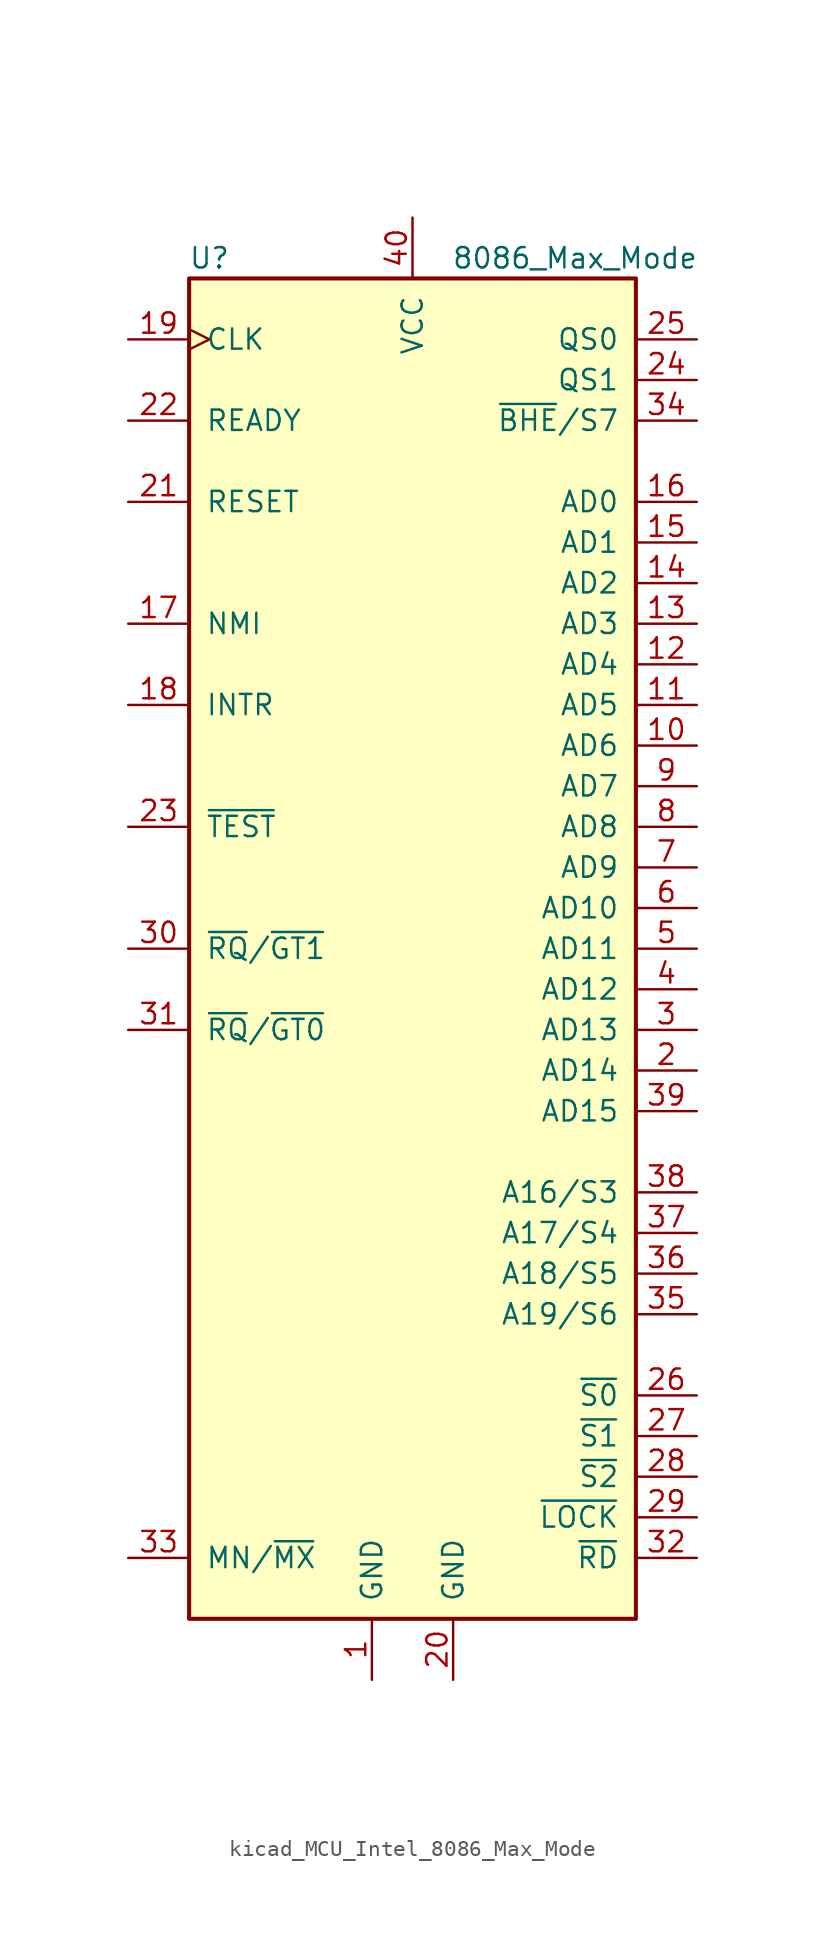
<source format=kicad_sym>
(kicad_symbol_lib
  (version 20220914)
  (generator kicad_symbol_editor)
  (symbol "kicad_MCU_Intel_8086_Max_Mode"
    (pin_names
      (offset 1.016))
    (property "Reference" "U"
      (at -12.7 43.18 0)
      (effects (font (size 1.27 1.27))))
    (property "Value" "8086_Max_Mode"
      (at 10.16 43.18 0)
      (effects (font (size 1.27 1.27))))
    (symbol "kicad_MCU_Intel_8086_Max_Mode_0_1"
      (rectangle (start 13.97 -41.91) (end -13.97 41.91) (stroke (width 0.254) (type default)) (fill (type background))))
    (symbol "kicad_MCU_Intel_8086_Max_Mode_1_1"
      (pin power_in line (at -2.54 -45.72 90) (length 3.81) (name "GND" (effects (font (size 1.27 1.27)))) (number "1" (effects (font (size 1.27 1.27)))))
      (pin bidirectional line (at 17.78 12.7 180) (length 3.81) (name "AD6" (effects (font (size 1.27 1.27)))) (number "10" (effects (font (size 1.27 1.27)))))
      (pin bidirectional line (at 17.78 15.24 180) (length 3.81) (name "AD5" (effects (font (size 1.27 1.27)))) (number "11" (effects (font (size 1.27 1.27)))))
      (pin bidirectional line (at 17.78 17.78 180) (length 3.81) (name "AD4" (effects (font (size 1.27 1.27)))) (number "12" (effects (font (size 1.27 1.27)))))
      (pin bidirectional line (at 17.78 20.32 180) (length 3.81) (name "AD3" (effects (font (size 1.27 1.27)))) (number "13" (effects (font (size 1.27 1.27)))))
      (pin bidirectional line (at 17.78 22.86 180) (length 3.81) (name "AD2" (effects (font (size 1.27 1.27)))) (number "14" (effects (font (size 1.27 1.27)))))
      (pin bidirectional line (at 17.78 25.4 180) (length 3.81) (name "AD1" (effects (font (size 1.27 1.27)))) (number "15" (effects (font (size 1.27 1.27)))))
      (pin bidirectional line (at 17.78 27.94 180) (length 3.81) (name "AD0" (effects (font (size 1.27 1.27)))) (number "16" (effects (font (size 1.27 1.27)))))
      (pin input line (at -17.78 20.32 0) (length 3.81) (name "NMI" (effects (font (size 1.27 1.27)))) (number "17" (effects (font (size 1.27 1.27)))))
      (pin input line (at -17.78 15.24 0) (length 3.81) (name "INTR" (effects (font (size 1.27 1.27)))) (number "18" (effects (font (size 1.27 1.27)))))
      (pin input clock (at -17.78 38.1 0) (length 3.81) (name "CLK" (effects (font (size 1.27 1.27)))) (number "19" (effects (font (size 1.27 1.27)))))
      (pin bidirectional line (at 17.78 -7.62 180) (length 3.81) (name "AD14" (effects (font (size 1.27 1.27)))) (number "2" (effects (font (size 1.27 1.27)))))
      (pin power_in line (at 2.54 -45.72 90) (length 3.81) (name "GND" (effects (font (size 1.27 1.27)))) (number "20" (effects (font (size 1.27 1.27)))))
      (pin input line (at -17.78 27.94 0) (length 3.81) (name "RESET" (effects (font (size 1.27 1.27)))) (number "21" (effects (font (size 1.27 1.27)))))
      (pin input line (at -17.78 33.02 0) (length 3.81) (name "READY" (effects (font (size 1.27 1.27)))) (number "22" (effects (font (size 1.27 1.27)))))
      (pin input line (at -17.78 7.62 0) (length 3.81) (name "~{TEST}" (effects (font (size 1.27 1.27)))) (number "23" (effects (font (size 1.27 1.27)))))
      (pin output line (at 17.78 35.56 180) (length 3.81) (name "QS1" (effects (font (size 1.27 1.27)))) (number "24" (effects (font (size 1.27 1.27)))))
      (pin output line (at 17.78 38.1 180) (length 3.81) (name "QS0" (effects (font (size 1.27 1.27)))) (number "25" (effects (font (size 1.27 1.27)))))
      (pin output line (at 17.78 -27.94 180) (length 3.81) (name "~{S0}" (effects (font (size 1.27 1.27)))) (number "26" (effects (font (size 1.27 1.27)))))
      (pin output line (at 17.78 -30.48 180) (length 3.81) (name "~{S1}" (effects (font (size 1.27 1.27)))) (number "27" (effects (font (size 1.27 1.27)))))
      (pin output line (at 17.78 -33.02 180) (length 3.81) (name "~{S2}" (effects (font (size 1.27 1.27)))) (number "28" (effects (font (size 1.27 1.27)))))
      (pin output line (at 17.78 -35.56 180) (length 3.81) (name "~{LOCK}" (effects (font (size 1.27 1.27)))) (number "29" (effects (font (size 1.27 1.27)))))
      (pin bidirectional line (at 17.78 -5.08 180) (length 3.81) (name "AD13" (effects (font (size 1.27 1.27)))) (number "3" (effects (font (size 1.27 1.27)))))
      (pin bidirectional line (at -17.78 0 0) (length 3.81) (name "~{RQ}/~{GT1}" (effects (font (size 1.27 1.27)))) (number "30" (effects (font (size 1.27 1.27)))))
      (pin bidirectional line (at -17.78 -5.08 0) (length 3.81) (name "~{RQ}/~{GT0}" (effects (font (size 1.27 1.27)))) (number "31" (effects (font (size 1.27 1.27)))))
      (pin output line (at 17.78 -38.1 180) (length 3.81) (name "~{RD}" (effects (font (size 1.27 1.27)))) (number "32" (effects (font (size 1.27 1.27)))))
      (pin input line (at -17.78 -38.1 0) (length 3.81) (name "MN/~{MX}" (effects (font (size 1.27 1.27)))) (number "33" (effects (font (size 1.27 1.27)))))
      (pin output line (at 17.78 33.02 180) (length 3.81) (name "~{BHE}/S7" (effects (font (size 1.27 1.27)))) (number "34" (effects (font (size 1.27 1.27)))))
      (pin output line (at 17.78 -22.86 180) (length 3.81) (name "A19/S6" (effects (font (size 1.27 1.27)))) (number "35" (effects (font (size 1.27 1.27)))))
      (pin output line (at 17.78 -20.32 180) (length 3.81) (name "A18/S5" (effects (font (size 1.27 1.27)))) (number "36" (effects (font (size 1.27 1.27)))))
      (pin output line (at 17.78 -17.78 180) (length 3.81) (name "A17/S4" (effects (font (size 1.27 1.27)))) (number "37" (effects (font (size 1.27 1.27)))))
      (pin output line (at 17.78 -15.24 180) (length 3.81) (name "A16/S3" (effects (font (size 1.27 1.27)))) (number "38" (effects (font (size 1.27 1.27)))))
      (pin bidirectional line (at 17.78 -10.16 180) (length 3.81) (name "AD15" (effects (font (size 1.27 1.27)))) (number "39" (effects (font (size 1.27 1.27)))))
      (pin bidirectional line (at 17.78 -2.54 180) (length 3.81) (name "AD12" (effects (font (size 1.27 1.27)))) (number "4" (effects (font (size 1.27 1.27)))))
      (pin power_in line (at 0 45.72 270) (length 3.81) (name "VCC" (effects (font (size 1.27 1.27)))) (number "40" (effects (font (size 1.27 1.27)))))
      (pin bidirectional line (at 17.78 0 180) (length 3.81) (name "AD11" (effects (font (size 1.27 1.27)))) (number "5" (effects (font (size 1.27 1.27)))))
      (pin bidirectional line (at 17.78 2.54 180) (length 3.81) (name "AD10" (effects (font (size 1.27 1.27)))) (number "6" (effects (font (size 1.27 1.27)))))
      (pin bidirectional line (at 17.78 5.08 180) (length 3.81) (name "AD9" (effects (font (size 1.27 1.27)))) (number "7" (effects (font (size 1.27 1.27)))))
      (pin bidirectional line (at 17.78 7.62 180) (length 3.81) (name "AD8" (effects (font (size 1.27 1.27)))) (number "8" (effects (font (size 1.27 1.27)))))
      (pin bidirectional line (at 17.78 10.16 180) (length 3.81) (name "AD7" (effects (font (size 1.27 1.27)))) (number "9" (effects (font (size 1.27 1.27))))))))
</source>
